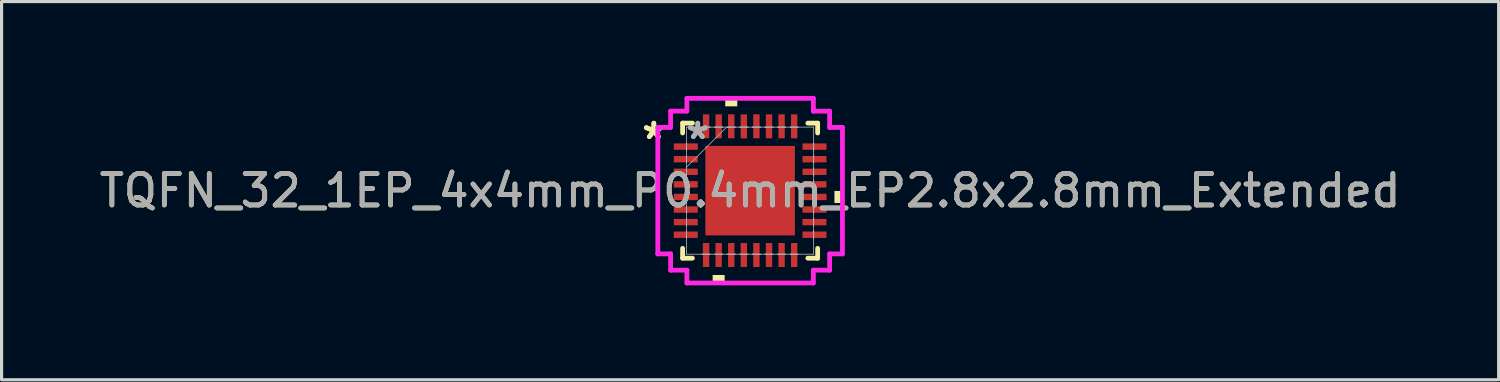
<source format=kicad_pcb>
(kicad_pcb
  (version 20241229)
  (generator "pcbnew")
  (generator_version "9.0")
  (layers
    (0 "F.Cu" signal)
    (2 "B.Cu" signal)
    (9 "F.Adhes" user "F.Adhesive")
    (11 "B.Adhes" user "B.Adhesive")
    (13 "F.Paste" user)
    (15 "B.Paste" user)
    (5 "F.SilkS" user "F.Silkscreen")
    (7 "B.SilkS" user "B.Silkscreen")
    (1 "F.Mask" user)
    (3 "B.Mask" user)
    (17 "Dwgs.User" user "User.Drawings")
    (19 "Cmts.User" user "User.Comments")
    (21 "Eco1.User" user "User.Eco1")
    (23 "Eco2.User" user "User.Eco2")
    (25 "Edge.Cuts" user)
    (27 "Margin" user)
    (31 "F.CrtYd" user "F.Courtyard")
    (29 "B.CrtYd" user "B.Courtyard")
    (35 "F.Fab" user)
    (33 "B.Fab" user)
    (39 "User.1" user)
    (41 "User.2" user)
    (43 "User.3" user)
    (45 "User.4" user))
  (footprint "TQFN_32_1EP_4x4mm_P0.4mm_EP2.8x2.8mm_Extended"
    (layer "F.Cu")
    (at 20.792 3.01)
    (property "Reference" "TQFN_32_1EP_4x4mm_P0.4mm_EP2.8x2.8mm_Extended" (at 0 0 0) (unlocked yes) (layer "F.SilkS") (effects (font (size 1 1) (thickness 0.15))))
    (attr smd)
    (fp_line (start -2.146 -2.146) (end -2.146 -1.834) (stroke (width 0.152) (type solid)) (layer "F.SilkS"))
    (fp_line (start -2.146 1.834) (end -2.146 2.146) (stroke (width 0.152) (type solid)) (layer "F.SilkS"))
    (fp_line (start -2.146 2.146) (end -1.834 2.146) (stroke (width 0.152) (type solid)) (layer "F.SilkS"))
    (fp_line (start -1.834 -2.146) (end -2.146 -2.146) (stroke (width 0.152) (type solid)) (layer "F.SilkS"))
    (fp_line (start 1.834 2.146) (end 2.146 2.146) (stroke (width 0.152) (type solid)) (layer "F.SilkS"))
    (fp_line (start 2.146 -2.146) (end 1.834 -2.146) (stroke (width 0.152) (type solid)) (layer "F.SilkS"))
    (fp_line (start 2.146 -1.834) (end 2.146 -2.146) (stroke (width 0.152) (type solid)) (layer "F.SilkS"))
    (fp_line (start 2.146 2.146) (end 2.146 1.834) (stroke (width 0.152) (type solid)) (layer "F.SilkS"))
    (fp_poly (pts (xy -1.191 2.68) (xy -1.191 2.934) (xy -0.81 2.934) (xy -0.81 2.68)) (stroke (width 0) (type solid)) (fill yes) (layer "F.SilkS"))
    (fp_poly (pts (xy -0.79 -2.68) (xy -0.79 -2.934) (xy -0.409 -2.934) (xy -0.409 -2.68)) (stroke (width 0) (type solid)) (fill yes) (layer "F.SilkS"))
    (fp_poly (pts (xy 2.934 0.009) (xy 2.934 0.391) (xy 2.68 0.391) (xy 2.68 0.009)) (stroke (width 0) (type solid)) (fill yes) (layer "F.SilkS"))
    (fp_poly (pts (xy -1.322 -1.322) (xy -1.322 -0.1) (xy -0.1 -0.1) (xy -0.1 -1.322)) (stroke (width 0) (type solid)) (fill yes) (layer "F.Paste"))
    (fp_poly (pts (xy -1.322 0.1) (xy -1.322 1.322) (xy -0.1 1.322) (xy -0.1 0.1)) (stroke (width 0) (type solid)) (fill yes) (layer "F.Paste"))
    (fp_poly (pts (xy 0.1 -1.322) (xy 0.1 -0.1) (xy 1.322 -0.1) (xy 1.322 -1.322)) (stroke (width 0) (type solid)) (fill yes) (layer "F.Paste"))
    (fp_poly (pts (xy 0.1 0.1) (xy 0.1 1.322) (xy 1.322 1.322) (xy 1.322 0.1)) (stroke (width 0) (type solid)) (fill yes) (layer "F.Paste"))
    (fp_line (start -2.934 -2.01) (end -2.527 -2.01) (stroke (width 0.152) (type solid)) (layer "F.CrtYd"))
    (fp_line (start -2.934 2.01) (end -2.934 -2.01) (stroke (width 0.152) (type solid)) (layer "F.CrtYd"))
    (fp_line (start -2.527 -2.527) (end -2.01 -2.527) (stroke (width 0.152) (type solid)) (layer "F.CrtYd"))
    (fp_line (start -2.527 -2.01) (end -2.527 -2.527) (stroke (width 0.152) (type solid)) (layer "F.CrtYd"))
    (fp_line (start -2.527 2.01) (end -2.934 2.01) (stroke (width 0.152) (type solid)) (layer "F.CrtYd"))
    (fp_line (start -2.527 2.527) (end -2.527 2.01) (stroke (width 0.152) (type solid)) (layer "F.CrtYd"))
    (fp_line (start -2.01 -2.934) (end 2.01 -2.934) (stroke (width 0.152) (type solid)) (layer "F.CrtYd"))
    (fp_line (start -2.01 -2.527) (end -2.01 -2.934) (stroke (width 0.152) (type solid)) (layer "F.CrtYd"))
    (fp_line (start -2.01 2.527) (end -2.527 2.527) (stroke (width 0.152) (type solid)) (layer "F.CrtYd"))
    (fp_line (start -2.01 2.934) (end -2.01 2.527) (stroke (width 0.152) (type solid)) (layer "F.CrtYd"))
    (fp_line (start 2.01 -2.934) (end 2.01 -2.527) (stroke (width 0.152) (type solid)) (layer "F.CrtYd"))
    (fp_line (start 2.01 -2.527) (end 2.527 -2.527) (stroke (width 0.152) (type solid)) (layer "F.CrtYd"))
    (fp_line (start 2.01 2.527) (end 2.01 2.934) (stroke (width 0.152) (type solid)) (layer "F.CrtYd"))
    (fp_line (start 2.01 2.934) (end -2.01 2.934) (stroke (width 0.152) (type solid)) (layer "F.CrtYd"))
    (fp_line (start 2.527 -2.527) (end 2.527 -2.01) (stroke (width 0.152) (type solid)) (layer "F.CrtYd"))
    (fp_line (start 2.527 -2.01) (end 2.934 -2.01) (stroke (width 0.152) (type solid)) (layer "F.CrtYd"))
    (fp_line (start 2.527 2.01) (end 2.527 2.527) (stroke (width 0.152) (type solid)) (layer "F.CrtYd"))
    (fp_line (start 2.527 2.527) (end 2.01 2.527) (stroke (width 0.152) (type solid)) (layer "F.CrtYd"))
    (fp_line (start 2.934 -2.01) (end 2.934 2.01) (stroke (width 0.152) (type solid)) (layer "F.CrtYd"))
    (fp_line (start 2.934 2.01) (end 2.527 2.01) (stroke (width 0.152) (type solid)) (layer "F.CrtYd"))
    (fp_line (start -2.019 -2.019) (end -2.019 -2.019) (stroke (width 0.025) (type solid)) (layer "F.Fab"))
    (fp_line (start -2.019 -2.019) (end -2.019 2.019) (stroke (width 0.025) (type solid)) (layer "F.Fab"))
    (fp_line (start -2.019 -1.527) (end -2.019 -1.527) (stroke (width 0.025) (type solid)) (layer "F.Fab"))
    (fp_line (start -2.019 -1.527) (end -2.019 -1.273) (stroke (width 0.025) (type solid)) (layer "F.Fab"))
    (fp_line (start -2.019 -1.273) (end -2.019 -1.527) (stroke (width 0.025) (type solid)) (layer "F.Fab"))
    (fp_line (start -2.019 -1.273) (end -2.019 -1.273) (stroke (width 0.025) (type solid)) (layer "F.Fab"))
    (fp_line (start -2.019 -1.127) (end -2.019 -1.127) (stroke (width 0.025) (type solid)) (layer "F.Fab"))
    (fp_line (start -2.019 -1.127) (end -2.019 -0.873) (stroke (width 0.025) (type solid)) (layer "F.Fab"))
    (fp_line (start -2.019 -0.873) (end -2.019 -1.127) (stroke (width 0.025) (type solid)) (layer "F.Fab"))
    (fp_line (start -2.019 -0.873) (end -2.019 -0.873) (stroke (width 0.025) (type solid)) (layer "F.Fab"))
    (fp_line (start -2.019 -0.749) (end -0.749 -2.019) (stroke (width 0.025) (type solid)) (layer "F.Fab"))
    (fp_line (start -2.019 -0.727) (end -2.019 -0.727) (stroke (width 0.025) (type solid)) (layer "F.Fab"))
    (fp_line (start -2.019 -0.727) (end -2.019 -0.473) (stroke (width 0.025) (type solid)) (layer "F.Fab"))
    (fp_line (start -2.019 -0.473) (end -2.019 -0.727) (stroke (width 0.025) (type solid)) (layer "F.Fab"))
    (fp_line (start -2.019 -0.473) (end -2.019 -0.473) (stroke (width 0.025) (type solid)) (layer "F.Fab"))
    (fp_line (start -2.019 -0.327) (end -2.019 -0.327) (stroke (width 0.025) (type solid)) (layer "F.Fab"))
    (fp_line (start -2.019 -0.327) (end -2.019 -0.073) (stroke (width 0.025) (type solid)) (layer "F.Fab"))
    (fp_line (start -2.019 -0.073) (end -2.019 -0.327) (stroke (width 0.025) (type solid)) (layer "F.Fab"))
    (fp_line (start -2.019 -0.073) (end -2.019 -0.073) (stroke (width 0.025) (type solid)) (layer "F.Fab"))
    (fp_line (start -2.019 0.073) (end -2.019 0.073) (stroke (width 0.025) (type solid)) (layer "F.Fab"))
    (fp_line (start -2.019 0.073) (end -2.019 0.327) (stroke (width 0.025) (type solid)) (layer "F.Fab"))
    (fp_line (start -2.019 0.327) (end -2.019 0.073) (stroke (width 0.025) (type solid)) (layer "F.Fab"))
    (fp_line (start -2.019 0.327) (end -2.019 0.327) (stroke (width 0.025) (type solid)) (layer "F.Fab"))
    (fp_line (start -2.019 0.473) (end -2.019 0.473) (stroke (width 0.025) (type solid)) (layer "F.Fab"))
    (fp_line (start -2.019 0.473) (end -2.019 0.727) (stroke (width 0.025) (type solid)) (layer "F.Fab"))
    (fp_line (start -2.019 0.727) (end -2.019 0.473) (stroke (width 0.025) (type solid)) (layer "F.Fab"))
    (fp_line (start -2.019 0.727) (end -2.019 0.727) (stroke (width 0.025) (type solid)) (layer "F.Fab"))
    (fp_line (start -2.019 0.873) (end -2.019 0.873) (stroke (width 0.025) (type solid)) (layer "F.Fab"))
    (fp_line (start -2.019 0.873) (end -2.019 1.127) (stroke (width 0.025) (type solid)) (layer "F.Fab"))
    (fp_line (start -2.019 1.127) (end -2.019 0.873) (stroke (width 0.025) (type solid)) (layer "F.Fab"))
    (fp_line (start -2.019 1.127) (end -2.019 1.127) (stroke (width 0.025) (type solid)) (layer "F.Fab"))
    (fp_line (start -2.019 1.273) (end -2.019 1.273) (stroke (width 0.025) (type solid)) (layer "F.Fab"))
    (fp_line (start -2.019 1.273) (end -2.019 1.527) (stroke (width 0.025) (type solid)) (layer "F.Fab"))
    (fp_line (start -2.019 1.527) (end -2.019 1.273) (stroke (width 0.025) (type solid)) (layer "F.Fab"))
    (fp_line (start -2.019 1.527) (end -2.019 1.527) (stroke (width 0.025) (type solid)) (layer "F.Fab"))
    (fp_line (start -2.019 2.019) (end -2.019 2.019) (stroke (width 0.025) (type solid)) (layer "F.Fab"))
    (fp_line (start -2.019 2.019) (end 2.019 2.019) (stroke (width 0.025) (type solid)) (layer "F.Fab"))
    (fp_line (start -1.527 -2.019) (end -1.527 -2.019) (stroke (width 0.025) (type solid)) (layer "F.Fab"))
    (fp_line (start -1.527 -2.019) (end -1.273 -2.019) (stroke (width 0.025) (type solid)) (layer "F.Fab"))
    (fp_line (start -1.527 2.019) (end -1.527 2.019) (stroke (width 0.025) (type solid)) (layer "F.Fab"))
    (fp_line (start -1.527 2.019) (end -1.273 2.019) (stroke (width 0.025) (type solid)) (layer "F.Fab"))
    (fp_line (start -1.273 -2.019) (end -1.527 -2.019) (stroke (width 0.025) (type solid)) (layer "F.Fab"))
    (fp_line (start -1.273 -2.019) (end -1.273 -2.019) (stroke (width 0.025) (type solid)) (layer "F.Fab"))
    (fp_line (start -1.273 2.019) (end -1.527 2.019) (stroke (width 0.025) (type solid)) (layer "F.Fab"))
    (fp_line (start -1.273 2.019) (end -1.273 2.019) (stroke (width 0.025) (type solid)) (layer "F.Fab"))
    (fp_line (start -1.127 -2.019) (end -1.127 -2.019) (stroke (width 0.025) (type solid)) (layer "F.Fab"))
    (fp_line (start -1.127 -2.019) (end -0.873 -2.019) (stroke (width 0.025) (type solid)) (layer "F.Fab"))
    (fp_line (start -1.127 2.019) (end -1.127 2.019) (stroke (width 0.025) (type solid)) (layer "F.Fab"))
    (fp_line (start -1.127 2.019) (end -0.873 2.019) (stroke (width 0.025) (type solid)) (layer "F.Fab"))
    (fp_line (start -0.873 -2.019) (end -1.127 -2.019) (stroke (width 0.025) (type solid)) (layer "F.Fab"))
    (fp_line (start -0.873 -2.019) (end -0.873 -2.019) (stroke (width 0.025) (type solid)) (layer "F.Fab"))
    (fp_line (start -0.873 2.019) (end -1.127 2.019) (stroke (width 0.025) (type solid)) (layer "F.Fab"))
    (fp_line (start -0.873 2.019) (end -0.873 2.019) (stroke (width 0.025) (type solid)) (layer "F.Fab"))
    (fp_line (start -0.727 -2.019) (end -0.727 -2.019) (stroke (width 0.025) (type solid)) (layer "F.Fab"))
    (fp_line (start -0.727 -2.019) (end -0.473 -2.019) (stroke (width 0.025) (type solid)) (layer "F.Fab"))
    (fp_line (start -0.727 2.019) (end -0.727 2.019) (stroke (width 0.025) (type solid)) (layer "F.Fab"))
    (fp_line (start -0.727 2.019) (end -0.473 2.019) (stroke (width 0.025) (type solid)) (layer "F.Fab"))
    (fp_line (start -0.473 -2.019) (end -0.727 -2.019) (stroke (width 0.025) (type solid)) (layer "F.Fab"))
    (fp_line (start -0.473 -2.019) (end -0.473 -2.019) (stroke (width 0.025) (type solid)) (layer "F.Fab"))
    (fp_line (start -0.473 2.019) (end -0.727 2.019) (stroke (width 0.025) (type solid)) (layer "F.Fab"))
    (fp_line (start -0.473 2.019) (end -0.473 2.019) (stroke (width 0.025) (type solid)) (layer "F.Fab"))
    (fp_line (start -0.327 -2.019) (end -0.327 -2.019) (stroke (width 0.025) (type solid)) (layer "F.Fab"))
    (fp_line (start -0.327 -2.019) (end -0.073 -2.019) (stroke (width 0.025) (type solid)) (layer "F.Fab"))
    (fp_line (start -0.327 2.019) (end -0.327 2.019) (stroke (width 0.025) (type solid)) (layer "F.Fab"))
    (fp_line (start -0.327 2.019) (end -0.073 2.019) (stroke (width 0.025) (type solid)) (layer "F.Fab"))
    (fp_line (start -0.073 -2.019) (end -0.327 -2.019) (stroke (width 0.025) (type solid)) (layer "F.Fab"))
    (fp_line (start -0.073 -2.019) (end -0.073 -2.019) (stroke (width 0.025) (type solid)) (layer "F.Fab"))
    (fp_line (start -0.073 2.019) (end -0.327 2.019) (stroke (width 0.025) (type solid)) (layer "F.Fab"))
    (fp_line (start -0.073 2.019) (end -0.073 2.019) (stroke (width 0.025) (type solid)) (layer "F.Fab"))
    (fp_line (start 0.073 -2.019) (end 0.073 -2.019) (stroke (width 0.025) (type solid)) (layer "F.Fab"))
    (fp_line (start 0.073 -2.019) (end 0.327 -2.019) (stroke (width 0.025) (type solid)) (layer "F.Fab"))
    (fp_line (start 0.073 2.019) (end 0.073 2.019) (stroke (width 0.025) (type solid)) (layer "F.Fab"))
    (fp_line (start 0.073 2.019) (end 0.327 2.019) (stroke (width 0.025) (type solid)) (layer "F.Fab"))
    (fp_line (start 0.327 -2.019) (end 0.073 -2.019) (stroke (width 0.025) (type solid)) (layer "F.Fab"))
    (fp_line (start 0.327 -2.019) (end 0.327 -2.019) (stroke (width 0.025) (type solid)) (layer "F.Fab"))
    (fp_line (start 0.327 2.019) (end 0.073 2.019) (stroke (width 0.025) (type solid)) (layer "F.Fab"))
    (fp_line (start 0.327 2.019) (end 0.327 2.019) (stroke (width 0.025) (type solid)) (layer "F.Fab"))
    (fp_line (start 0.473 -2.019) (end 0.473 -2.019) (stroke (width 0.025) (type solid)) (layer "F.Fab"))
    (fp_line (start 0.473 -2.019) (end 0.727 -2.019) (stroke (width 0.025) (type solid)) (layer "F.Fab"))
    (fp_line (start 0.473 2.019) (end 0.473 2.019) (stroke (width 0.025) (type solid)) (layer "F.Fab"))
    (fp_line (start 0.473 2.019) (end 0.727 2.019) (stroke (width 0.025) (type solid)) (layer "F.Fab"))
    (fp_line (start 0.727 -2.019) (end 0.473 -2.019) (stroke (width 0.025) (type solid)) (layer "F.Fab"))
    (fp_line (start 0.727 -2.019) (end 0.727 -2.019) (stroke (width 0.025) (type solid)) (layer "F.Fab"))
    (fp_line (start 0.727 2.019) (end 0.473 2.019) (stroke (width 0.025) (type solid)) (layer "F.Fab"))
    (fp_line (start 0.727 2.019) (end 0.727 2.019) (stroke (width 0.025) (type solid)) (layer "F.Fab"))
    (fp_line (start 0.873 -2.019) (end 0.873 -2.019) (stroke (width 0.025) (type solid)) (layer "F.Fab"))
    (fp_line (start 0.873 -2.019) (end 1.127 -2.019) (stroke (width 0.025) (type solid)) (layer "F.Fab"))
    (fp_line (start 0.873 2.019) (end 0.873 2.019) (stroke (width 0.025) (type solid)) (layer "F.Fab"))
    (fp_line (start 0.873 2.019) (end 1.127 2.019) (stroke (width 0.025) (type solid)) (layer "F.Fab"))
    (fp_line (start 1.127 -2.019) (end 0.873 -2.019) (stroke (width 0.025) (type solid)) (layer "F.Fab"))
    (fp_line (start 1.127 -2.019) (end 1.127 -2.019) (stroke (width 0.025) (type solid)) (layer "F.Fab"))
    (fp_line (start 1.127 2.019) (end 0.873 2.019) (stroke (width 0.025) (type solid)) (layer "F.Fab"))
    (fp_line (start 1.127 2.019) (end 1.127 2.019) (stroke (width 0.025) (type solid)) (layer "F.Fab"))
    (fp_line (start 1.273 -2.019) (end 1.273 -2.019) (stroke (width 0.025) (type solid)) (layer "F.Fab"))
    (fp_line (start 1.273 -2.019) (end 1.527 -2.019) (stroke (width 0.025) (type solid)) (layer "F.Fab"))
    (fp_line (start 1.273 2.019) (end 1.273 2.019) (stroke (width 0.025) (type solid)) (layer "F.Fab"))
    (fp_line (start 1.273 2.019) (end 1.527 2.019) (stroke (width 0.025) (type solid)) (layer "F.Fab"))
    (fp_line (start 1.527 -2.019) (end 1.273 -2.019) (stroke (width 0.025) (type solid)) (layer "F.Fab"))
    (fp_line (start 1.527 -2.019) (end 1.527 -2.019) (stroke (width 0.025) (type solid)) (layer "F.Fab"))
    (fp_line (start 1.527 2.019) (end 1.273 2.019) (stroke (width 0.025) (type solid)) (layer "F.Fab"))
    (fp_line (start 1.527 2.019) (end 1.527 2.019) (stroke (width 0.025) (type solid)) (layer "F.Fab"))
    (fp_line (start 2.019 -2.019) (end -2.019 -2.019) (stroke (width 0.025) (type solid)) (layer "F.Fab"))
    (fp_line (start 2.019 -2.019) (end 2.019 -2.019) (stroke (width 0.025) (type solid)) (layer "F.Fab"))
    (fp_line (start 2.019 -1.527) (end 2.019 -1.527) (stroke (width 0.025) (type solid)) (layer "F.Fab"))
    (fp_line (start 2.019 -1.527) (end 2.019 -1.273) (stroke (width 0.025) (type solid)) (layer "F.Fab"))
    (fp_line (start 2.019 -1.273) (end 2.019 -1.527) (stroke (width 0.025) (type solid)) (layer "F.Fab"))
    (fp_line (start 2.019 -1.273) (end 2.019 -1.273) (stroke (width 0.025) (type solid)) (layer "F.Fab"))
    (fp_line (start 2.019 -1.127) (end 2.019 -1.127) (stroke (width 0.025) (type solid)) (layer "F.Fab"))
    (fp_line (start 2.019 -1.127) (end 2.019 -0.873) (stroke (width 0.025) (type solid)) (layer "F.Fab"))
    (fp_line (start 2.019 -0.873) (end 2.019 -1.127) (stroke (width 0.025) (type solid)) (layer "F.Fab"))
    (fp_line (start 2.019 -0.873) (end 2.019 -0.873) (stroke (width 0.025) (type solid)) (layer "F.Fab"))
    (fp_line (start 2.019 -0.727) (end 2.019 -0.727) (stroke (width 0.025) (type solid)) (layer "F.Fab"))
    (fp_line (start 2.019 -0.727) (end 2.019 -0.473) (stroke (width 0.025) (type solid)) (layer "F.Fab"))
    (fp_line (start 2.019 -0.473) (end 2.019 -0.727) (stroke (width 0.025) (type solid)) (layer "F.Fab"))
    (fp_line (start 2.019 -0.473) (end 2.019 -0.473) (stroke (width 0.025) (type solid)) (layer "F.Fab"))
    (fp_line (start 2.019 -0.327) (end 2.019 -0.327) (stroke (width 0.025) (type solid)) (layer "F.Fab"))
    (fp_line (start 2.019 -0.327) (end 2.019 -0.073) (stroke (width 0.025) (type solid)) (layer "F.Fab"))
    (fp_line (start 2.019 -0.073) (end 2.019 -0.327) (stroke (width 0.025) (type solid)) (layer "F.Fab"))
    (fp_line (start 2.019 -0.073) (end 2.019 -0.073) (stroke (width 0.025) (type solid)) (layer "F.Fab"))
    (fp_line (start 2.019 0.073) (end 2.019 0.073) (stroke (width 0.025) (type solid)) (layer "F.Fab"))
    (fp_line (start 2.019 0.073) (end 2.019 0.327) (stroke (width 0.025) (type solid)) (layer "F.Fab"))
    (fp_line (start 2.019 0.327) (end 2.019 0.073) (stroke (width 0.025) (type solid)) (layer "F.Fab"))
    (fp_line (start 2.019 0.327) (end 2.019 0.327) (stroke (width 0.025) (type solid)) (layer "F.Fab"))
    (fp_line (start 2.019 0.473) (end 2.019 0.473) (stroke (width 0.025) (type solid)) (layer "F.Fab"))
    (fp_line (start 2.019 0.473) (end 2.019 0.727) (stroke (width 0.025) (type solid)) (layer "F.Fab"))
    (fp_line (start 2.019 0.727) (end 2.019 0.473) (stroke (width 0.025) (type solid)) (layer "F.Fab"))
    (fp_line (start 2.019 0.727) (end 2.019 0.727) (stroke (width 0.025) (type solid)) (layer "F.Fab"))
    (fp_line (start 2.019 0.873) (end 2.019 0.873) (stroke (width 0.025) (type solid)) (layer "F.Fab"))
    (fp_line (start 2.019 0.873) (end 2.019 1.127) (stroke (width 0.025) (type solid)) (layer "F.Fab"))
    (fp_line (start 2.019 1.127) (end 2.019 0.873) (stroke (width 0.025) (type solid)) (layer "F.Fab"))
    (fp_line (start 2.019 1.127) (end 2.019 1.127) (stroke (width 0.025) (type solid)) (layer "F.Fab"))
    (fp_line (start 2.019 1.273) (end 2.019 1.273) (stroke (width 0.025) (type solid)) (layer "F.Fab"))
    (fp_line (start 2.019 1.273) (end 2.019 1.527) (stroke (width 0.025) (type solid)) (layer "F.Fab"))
    (fp_line (start 2.019 1.527) (end 2.019 1.273) (stroke (width 0.025) (type solid)) (layer "F.Fab"))
    (fp_line (start 2.019 1.527) (end 2.019 1.527) (stroke (width 0.025) (type solid)) (layer "F.Fab"))
    (fp_line (start 2.019 2.019) (end 2.019 -2.019) (stroke (width 0.025) (type solid)) (layer "F.Fab"))
    (fp_line (start 2.019 2.019) (end 2.019 2.019) (stroke (width 0.025) (type solid)) (layer "F.Fab"))
    (fp_text user "*" (at -3.061 -1.6 0) (layer "F.SilkS") (effects (font (size 1 1) (thickness 0.15))))
    (fp_text user "*" (at -3.061 -1.6 0) (unlocked yes) (layer "F.SilkS") (effects (font (size 1 1) (thickness 0.15))))
    (fp_text user "*" (at -1.664 -1.6 0) (unlocked yes) (layer "F.Fab") (effects (font (size 1 1) (thickness 0.15))))
    (fp_text user "*" (at -1.664 -1.6 0) (layer "F.Fab") (effects (font (size 1 1) (thickness 0.15))))
    (fp_text user "${REFERENCE}" (at 0 0 0) (unlocked yes) (layer "F.Fab") (effects (font (size 1 1) (thickness 0.15))))
    (pad "1" smd rect (at -2.045 -1.4 90) (size 0.203 0.762) (layers "F.Cu" "F.Mask" "F.Paste"))
    (pad "2" smd rect (at -2.045 -1 90) (size 0.203 0.762) (layers "F.Cu" "F.Mask" "F.Paste"))
    (pad "3" smd rect (at -2.045 -0.6 90) (size 0.203 0.762) (layers "F.Cu" "F.Mask" "F.Paste"))
    (pad "4" smd rect (at -2.045 -0.2 90) (size 0.203 0.762) (layers "F.Cu" "F.Mask" "F.Paste"))
    (pad "5" smd rect (at -2.045 0.2 90) (size 0.203 0.762) (layers "F.Cu" "F.Mask" "F.Paste"))
    (pad "6" smd rect (at -2.045 0.6 90) (size 0.203 0.762) (layers "F.Cu" "F.Mask" "F.Paste"))
    (pad "7" smd rect (at -2.045 1 90) (size 0.203 0.762) (layers "F.Cu" "F.Mask" "F.Paste"))
    (pad "8" smd rect (at -2.045 1.4 90) (size 0.203 0.762) (layers "F.Cu" "F.Mask" "F.Paste"))
    (pad "9" smd rect (at -1.4 2.045) (size 0.203 0.762) (layers "F.Cu" "F.Mask" "F.Paste"))
    (pad "10" smd rect (at -1 2.045) (size 0.203 0.762) (layers "F.Cu" "F.Mask" "F.Paste"))
    (pad "11" smd rect (at -0.6 2.045) (size 0.203 0.762) (layers "F.Cu" "F.Mask" "F.Paste"))
    (pad "12" smd rect (at -0.2 2.045) (size 0.203 0.762) (layers "F.Cu" "F.Mask" "F.Paste"))
    (pad "13" smd rect (at 0.2 2.045) (size 0.203 0.762) (layers "F.Cu" "F.Mask" "F.Paste"))
    (pad "14" smd rect (at 0.6 2.045) (size 0.203 0.762) (layers "F.Cu" "F.Mask" "F.Paste"))
    (pad "15" smd rect (at 1 2.045) (size 0.203 0.762) (layers "F.Cu" "F.Mask" "F.Paste"))
    (pad "16" smd rect (at 1.4 2.045) (size 0.203 0.762) (layers "F.Cu" "F.Mask" "F.Paste"))
    (pad "17" smd rect (at 2.045 1.4 90) (size 0.203 0.762) (layers "F.Cu" "F.Mask" "F.Paste"))
    (pad "18" smd rect (at 2.045 1 90) (size 0.203 0.762) (layers "F.Cu" "F.Mask" "F.Paste"))
    (pad "19" smd rect (at 2.045 0.6 90) (size 0.203 0.762) (layers "F.Cu" "F.Mask" "F.Paste"))
    (pad "20" smd rect (at 2.045 0.2 90) (size 0.203 0.762) (layers "F.Cu" "F.Mask" "F.Paste"))
    (pad "21" smd rect (at 2.045 -0.2 90) (size 0.203 0.762) (layers "F.Cu" "F.Mask" "F.Paste"))
    (pad "22" smd rect (at 2.045 -0.6 90) (size 0.203 0.762) (layers "F.Cu" "F.Mask" "F.Paste"))
    (pad "23" smd rect (at 2.045 -1 90) (size 0.203 0.762) (layers "F.Cu" "F.Mask" "F.Paste"))
    (pad "24" smd rect (at 2.045 -1.4 90) (size 0.203 0.762) (layers "F.Cu" "F.Mask" "F.Paste"))
    (pad "25" smd rect (at 1.4 -2.045) (size 0.203 0.762) (layers "F.Cu" "F.Mask" "F.Paste"))
    (pad "26" smd rect (at 1 -2.045) (size 0.203 0.762) (layers "F.Cu" "F.Mask" "F.Paste"))
    (pad "27" smd rect (at 0.6 -2.045) (size 0.203 0.762) (layers "F.Cu" "F.Mask" "F.Paste"))
    (pad "28" smd rect (at 0.2 -2.045) (size 0.203 0.762) (layers "F.Cu" "F.Mask" "F.Paste"))
    (pad "29" smd rect (at -0.2 -2.045) (size 0.203 0.762) (layers "F.Cu" "F.Mask" "F.Paste"))
    (pad "30" smd rect (at -0.6 -2.045) (size 0.203 0.762) (layers "F.Cu" "F.Mask" "F.Paste"))
    (pad "31" smd rect (at -1 -2.045) (size 0.203 0.762) (layers "F.Cu" "F.Mask" "F.Paste"))
    (pad "32" smd rect (at -1.4 -2.045) (size 0.203 0.762) (layers "F.Cu" "F.Mask" "F.Paste"))
    (pad "33" smd rect (at 0 0) (size 2.845 2.845) (layers "F.Cu" "F.Mask" "F.Paste")))
  (gr_rect
    (start -3 -3)
    (end 44.583 9.02)
    (stroke (width 0.1) (type default))
    (fill no)
    (layer "Edge.Cuts")))
</source>
